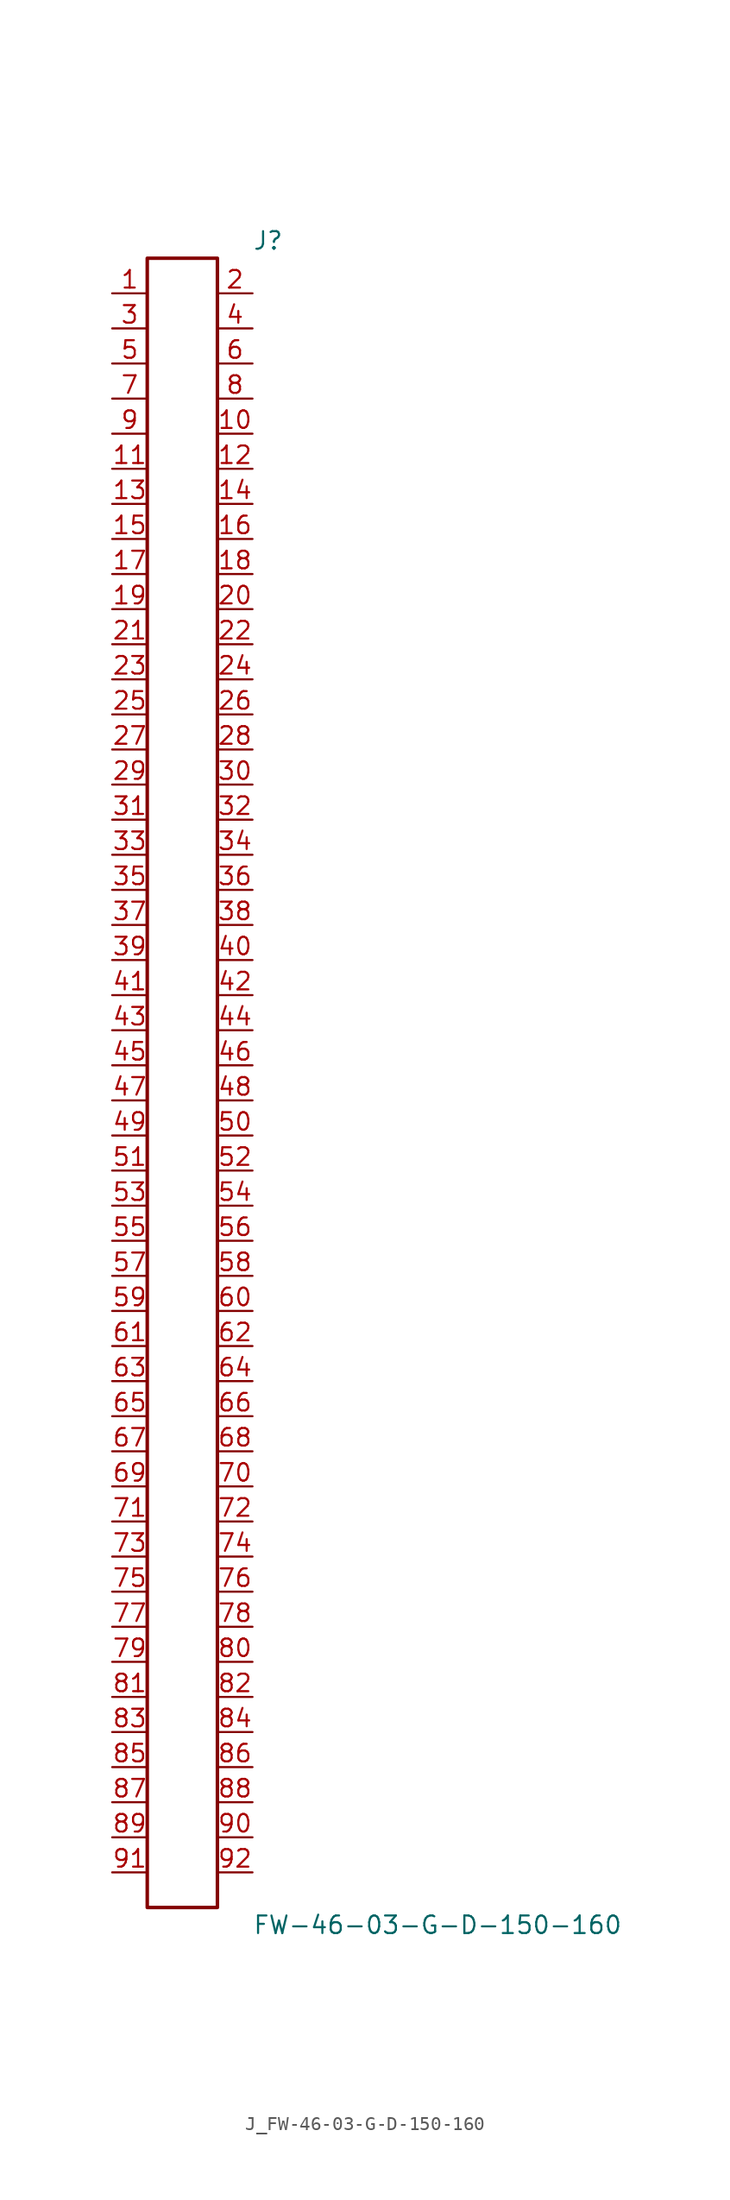
<source format=kicad_sym>
(kicad_symbol_lib
  (version 20231120)
  (generator kicad_symbol_editor)
  (generator_version 8.0)
  (symbol "J_FW-46-03-G-D-150-160"
    (pin_names
      (offset 0.254))
    (property "Reference" "J"
      (at 5.08 60.96 0)
      (effects (font (size 1.27 1.27)) (justify left)))
    (property "Value" "FW-46-03-G-D-150-160"
      (at 5.08 -60.96 0)
      (effects (font (size 1.27 1.27)) (justify left)))
    (symbol "J_FW-46-03-G-D-150-160_0_0"
      (pin passive line (at -5.08 57.15 0) (length 2.54) (name "" (effects (font (size 1.27 1.27)))) (number "1" (effects (font (size 1.27 1.27)))))
      (pin passive line (at 5.08 57.15 180) (length 2.54) (name "" (effects (font (size 1.27 1.27)))) (number "2" (effects (font (size 1.27 1.27)))))
      (pin passive line (at -5.08 54.61 0) (length 2.54) (name "" (effects (font (size 1.27 1.27)))) (number "3" (effects (font (size 1.27 1.27)))))
      (pin passive line (at 5.08 54.61 180) (length 2.54) (name "" (effects (font (size 1.27 1.27)))) (number "4" (effects (font (size 1.27 1.27)))))
      (pin passive line (at -5.08 52.07 0) (length 2.54) (name "" (effects (font (size 1.27 1.27)))) (number "5" (effects (font (size 1.27 1.27)))))
      (pin passive line (at 5.08 52.07 180) (length 2.54) (name "" (effects (font (size 1.27 1.27)))) (number "6" (effects (font (size 1.27 1.27)))))
      (pin passive line (at -5.08 49.53 0) (length 2.54) (name "" (effects (font (size 1.27 1.27)))) (number "7" (effects (font (size 1.27 1.27)))))
      (pin passive line (at 5.08 49.53 180) (length 2.54) (name "" (effects (font (size 1.27 1.27)))) (number "8" (effects (font (size 1.27 1.27)))))
      (pin passive line (at -5.08 46.99 0) (length 2.54) (name "" (effects (font (size 1.27 1.27)))) (number "9" (effects (font (size 1.27 1.27)))))
      (pin passive line (at 5.08 46.99 180) (length 2.54) (name "" (effects (font (size 1.27 1.27)))) (number "10" (effects (font (size 1.27 1.27)))))
      (pin passive line (at -5.08 44.45 0) (length 2.54) (name "" (effects (font (size 1.27 1.27)))) (number "11" (effects (font (size 1.27 1.27)))))
      (pin passive line (at 5.08 44.45 180) (length 2.54) (name "" (effects (font (size 1.27 1.27)))) (number "12" (effects (font (size 1.27 1.27)))))
      (pin passive line (at -5.08 41.91 0) (length 2.54) (name "" (effects (font (size 1.27 1.27)))) (number "13" (effects (font (size 1.27 1.27)))))
      (pin passive line (at 5.08 41.91 180) (length 2.54) (name "" (effects (font (size 1.27 1.27)))) (number "14" (effects (font (size 1.27 1.27)))))
      (pin passive line (at -5.08 39.37 0) (length 2.54) (name "" (effects (font (size 1.27 1.27)))) (number "15" (effects (font (size 1.27 1.27)))))
      (pin passive line (at 5.08 39.37 180) (length 2.54) (name "" (effects (font (size 1.27 1.27)))) (number "16" (effects (font (size 1.27 1.27)))))
      (pin passive line (at -5.08 36.83 0) (length 2.54) (name "" (effects (font (size 1.27 1.27)))) (number "17" (effects (font (size 1.27 1.27)))))
      (pin passive line (at 5.08 36.83 180) (length 2.54) (name "" (effects (font (size 1.27 1.27)))) (number "18" (effects (font (size 1.27 1.27)))))
      (pin passive line (at -5.08 34.29 0) (length 2.54) (name "" (effects (font (size 1.27 1.27)))) (number "19" (effects (font (size 1.27 1.27)))))
      (pin passive line (at 5.08 34.29 180) (length 2.54) (name "" (effects (font (size 1.27 1.27)))) (number "20" (effects (font (size 1.27 1.27)))))
      (pin passive line (at -5.08 31.75 0) (length 2.54) (name "" (effects (font (size 1.27 1.27)))) (number "21" (effects (font (size 1.27 1.27)))))
      (pin passive line (at 5.08 31.75 180) (length 2.54) (name "" (effects (font (size 1.27 1.27)))) (number "22" (effects (font (size 1.27 1.27)))))
      (pin passive line (at -5.08 29.21 0) (length 2.54) (name "" (effects (font (size 1.27 1.27)))) (number "23" (effects (font (size 1.27 1.27)))))
      (pin passive line (at 5.08 29.21 180) (length 2.54) (name "" (effects (font (size 1.27 1.27)))) (number "24" (effects (font (size 1.27 1.27)))))
      (pin passive line (at -5.08 26.67 0) (length 2.54) (name "" (effects (font (size 1.27 1.27)))) (number "25" (effects (font (size 1.27 1.27)))))
      (pin passive line (at 5.08 26.67 180) (length 2.54) (name "" (effects (font (size 1.27 1.27)))) (number "26" (effects (font (size 1.27 1.27)))))
      (pin passive line (at -5.08 24.13 0) (length 2.54) (name "" (effects (font (size 1.27 1.27)))) (number "27" (effects (font (size 1.27 1.27)))))
      (pin passive line (at 5.08 24.13 180) (length 2.54) (name "" (effects (font (size 1.27 1.27)))) (number "28" (effects (font (size 1.27 1.27)))))
      (pin passive line (at -5.08 21.59 0) (length 2.54) (name "" (effects (font (size 1.27 1.27)))) (number "29" (effects (font (size 1.27 1.27)))))
      (pin passive line (at 5.08 21.59 180) (length 2.54) (name "" (effects (font (size 1.27 1.27)))) (number "30" (effects (font (size 1.27 1.27)))))
      (pin passive line (at -5.08 19.05 0) (length 2.54) (name "" (effects (font (size 1.27 1.27)))) (number "31" (effects (font (size 1.27 1.27)))))
      (pin passive line (at 5.08 19.05 180) (length 2.54) (name "" (effects (font (size 1.27 1.27)))) (number "32" (effects (font (size 1.27 1.27)))))
      (pin passive line (at -5.08 16.51 0) (length 2.54) (name "" (effects (font (size 1.27 1.27)))) (number "33" (effects (font (size 1.27 1.27)))))
      (pin passive line (at 5.08 16.51 180) (length 2.54) (name "" (effects (font (size 1.27 1.27)))) (number "34" (effects (font (size 1.27 1.27)))))
      (pin passive line (at -5.08 13.97 0) (length 2.54) (name "" (effects (font (size 1.27 1.27)))) (number "35" (effects (font (size 1.27 1.27)))))
      (pin passive line (at 5.08 13.97 180) (length 2.54) (name "" (effects (font (size 1.27 1.27)))) (number "36" (effects (font (size 1.27 1.27)))))
      (pin passive line (at -5.08 11.43 0) (length 2.54) (name "" (effects (font (size 1.27 1.27)))) (number "37" (effects (font (size 1.27 1.27)))))
      (pin passive line (at 5.08 11.43 180) (length 2.54) (name "" (effects (font (size 1.27 1.27)))) (number "38" (effects (font (size 1.27 1.27)))))
      (pin passive line (at -5.08 8.89 0) (length 2.54) (name "" (effects (font (size 1.27 1.27)))) (number "39" (effects (font (size 1.27 1.27)))))
      (pin passive line (at 5.08 8.89 180) (length 2.54) (name "" (effects (font (size 1.27 1.27)))) (number "40" (effects (font (size 1.27 1.27)))))
      (pin passive line (at -5.08 6.35 0) (length 2.54) (name "" (effects (font (size 1.27 1.27)))) (number "41" (effects (font (size 1.27 1.27)))))
      (pin passive line (at 5.08 6.35 180) (length 2.54) (name "" (effects (font (size 1.27 1.27)))) (number "42" (effects (font (size 1.27 1.27)))))
      (pin passive line (at -5.08 3.81 0) (length 2.54) (name "" (effects (font (size 1.27 1.27)))) (number "43" (effects (font (size 1.27 1.27)))))
      (pin passive line (at 5.08 3.81 180) (length 2.54) (name "" (effects (font (size 1.27 1.27)))) (number "44" (effects (font (size 1.27 1.27)))))
      (pin passive line (at -5.08 1.27 0) (length 2.54) (name "" (effects (font (size 1.27 1.27)))) (number "45" (effects (font (size 1.27 1.27)))))
      (pin passive line (at 5.08 1.27 180) (length 2.54) (name "" (effects (font (size 1.27 1.27)))) (number "46" (effects (font (size 1.27 1.27)))))
      (pin passive line (at -5.08 -1.27 0) (length 2.54) (name "" (effects (font (size 1.27 1.27)))) (number "47" (effects (font (size 1.27 1.27)))))
      (pin passive line (at 5.08 -1.27 180) (length 2.54) (name "" (effects (font (size 1.27 1.27)))) (number "48" (effects (font (size 1.27 1.27)))))
      (pin passive line (at -5.08 -3.81 0) (length 2.54) (name "" (effects (font (size 1.27 1.27)))) (number "49" (effects (font (size 1.27 1.27)))))
      (pin passive line (at 5.08 -3.81 180) (length 2.54) (name "" (effects (font (size 1.27 1.27)))) (number "50" (effects (font (size 1.27 1.27)))))
      (pin passive line (at -5.08 -6.35 0) (length 2.54) (name "" (effects (font (size 1.27 1.27)))) (number "51" (effects (font (size 1.27 1.27)))))
      (pin passive line (at 5.08 -6.35 180) (length 2.54) (name "" (effects (font (size 1.27 1.27)))) (number "52" (effects (font (size 1.27 1.27)))))
      (pin passive line (at -5.08 -8.89 0) (length 2.54) (name "" (effects (font (size 1.27 1.27)))) (number "53" (effects (font (size 1.27 1.27)))))
      (pin passive line (at 5.08 -8.89 180) (length 2.54) (name "" (effects (font (size 1.27 1.27)))) (number "54" (effects (font (size 1.27 1.27)))))
      (pin passive line (at -5.08 -11.43 0) (length 2.54) (name "" (effects (font (size 1.27 1.27)))) (number "55" (effects (font (size 1.27 1.27)))))
      (pin passive line (at 5.08 -11.43 180) (length 2.54) (name "" (effects (font (size 1.27 1.27)))) (number "56" (effects (font (size 1.27 1.27)))))
      (pin passive line (at -5.08 -13.97 0) (length 2.54) (name "" (effects (font (size 1.27 1.27)))) (number "57" (effects (font (size 1.27 1.27)))))
      (pin passive line (at 5.08 -13.97 180) (length 2.54) (name "" (effects (font (size 1.27 1.27)))) (number "58" (effects (font (size 1.27 1.27)))))
      (pin passive line (at -5.08 -16.51 0) (length 2.54) (name "" (effects (font (size 1.27 1.27)))) (number "59" (effects (font (size 1.27 1.27)))))
      (pin passive line (at 5.08 -16.51 180) (length 2.54) (name "" (effects (font (size 1.27 1.27)))) (number "60" (effects (font (size 1.27 1.27)))))
      (pin passive line (at -5.08 -19.05 0) (length 2.54) (name "" (effects (font (size 1.27 1.27)))) (number "61" (effects (font (size 1.27 1.27)))))
      (pin passive line (at 5.08 -19.05 180) (length 2.54) (name "" (effects (font (size 1.27 1.27)))) (number "62" (effects (font (size 1.27 1.27)))))
      (pin passive line (at -5.08 -21.59 0) (length 2.54) (name "" (effects (font (size 1.27 1.27)))) (number "63" (effects (font (size 1.27 1.27)))))
      (pin passive line (at 5.08 -21.59 180) (length 2.54) (name "" (effects (font (size 1.27 1.27)))) (number "64" (effects (font (size 1.27 1.27)))))
      (pin passive line (at -5.08 -24.13 0) (length 2.54) (name "" (effects (font (size 1.27 1.27)))) (number "65" (effects (font (size 1.27 1.27)))))
      (pin passive line (at 5.08 -24.13 180) (length 2.54) (name "" (effects (font (size 1.27 1.27)))) (number "66" (effects (font (size 1.27 1.27)))))
      (pin passive line (at -5.08 -26.67 0) (length 2.54) (name "" (effects (font (size 1.27 1.27)))) (number "67" (effects (font (size 1.27 1.27)))))
      (pin passive line (at 5.08 -26.67 180) (length 2.54) (name "" (effects (font (size 1.27 1.27)))) (number "68" (effects (font (size 1.27 1.27)))))
      (pin passive line (at -5.08 -29.21 0) (length 2.54) (name "" (effects (font (size 1.27 1.27)))) (number "69" (effects (font (size 1.27 1.27)))))
      (pin passive line (at 5.08 -29.21 180) (length 2.54) (name "" (effects (font (size 1.27 1.27)))) (number "70" (effects (font (size 1.27 1.27)))))
      (pin passive line (at -5.08 -31.75 0) (length 2.54) (name "" (effects (font (size 1.27 1.27)))) (number "71" (effects (font (size 1.27 1.27)))))
      (pin passive line (at 5.08 -31.75 180) (length 2.54) (name "" (effects (font (size 1.27 1.27)))) (number "72" (effects (font (size 1.27 1.27)))))
      (pin passive line (at -5.08 -34.29 0) (length 2.54) (name "" (effects (font (size 1.27 1.27)))) (number "73" (effects (font (size 1.27 1.27)))))
      (pin passive line (at 5.08 -34.29 180) (length 2.54) (name "" (effects (font (size 1.27 1.27)))) (number "74" (effects (font (size 1.27 1.27)))))
      (pin passive line (at -5.08 -36.83 0) (length 2.54) (name "" (effects (font (size 1.27 1.27)))) (number "75" (effects (font (size 1.27 1.27)))))
      (pin passive line (at 5.08 -36.83 180) (length 2.54) (name "" (effects (font (size 1.27 1.27)))) (number "76" (effects (font (size 1.27 1.27)))))
      (pin passive line (at -5.08 -39.37 0) (length 2.54) (name "" (effects (font (size 1.27 1.27)))) (number "77" (effects (font (size 1.27 1.27)))))
      (pin passive line (at 5.08 -39.37 180) (length 2.54) (name "" (effects (font (size 1.27 1.27)))) (number "78" (effects (font (size 1.27 1.27)))))
      (pin passive line (at -5.08 -41.91 0) (length 2.54) (name "" (effects (font (size 1.27 1.27)))) (number "79" (effects (font (size 1.27 1.27)))))
      (pin passive line (at 5.08 -41.91 180) (length 2.54) (name "" (effects (font (size 1.27 1.27)))) (number "80" (effects (font (size 1.27 1.27)))))
      (pin passive line (at -5.08 -44.45 0) (length 2.54) (name "" (effects (font (size 1.27 1.27)))) (number "81" (effects (font (size 1.27 1.27)))))
      (pin passive line (at 5.08 -44.45 180) (length 2.54) (name "" (effects (font (size 1.27 1.27)))) (number "82" (effects (font (size 1.27 1.27)))))
      (pin passive line (at -5.08 -46.99 0) (length 2.54) (name "" (effects (font (size 1.27 1.27)))) (number "83" (effects (font (size 1.27 1.27)))))
      (pin passive line (at 5.08 -46.99 180) (length 2.54) (name "" (effects (font (size 1.27 1.27)))) (number "84" (effects (font (size 1.27 1.27)))))
      (pin passive line (at -5.08 -49.53 0) (length 2.54) (name "" (effects (font (size 1.27 1.27)))) (number "85" (effects (font (size 1.27 1.27)))))
      (pin passive line (at 5.08 -49.53 180) (length 2.54) (name "" (effects (font (size 1.27 1.27)))) (number "86" (effects (font (size 1.27 1.27)))))
      (pin passive line (at -5.08 -52.07 0) (length 2.54) (name "" (effects (font (size 1.27 1.27)))) (number "87" (effects (font (size 1.27 1.27)))))
      (pin passive line (at 5.08 -52.07 180) (length 2.54) (name "" (effects (font (size 1.27 1.27)))) (number "88" (effects (font (size 1.27 1.27)))))
      (pin passive line (at -5.08 -54.61 0) (length 2.54) (name "" (effects (font (size 1.27 1.27)))) (number "89" (effects (font (size 1.27 1.27)))))
      (pin passive line (at 5.08 -54.61 180) (length 2.54) (name "" (effects (font (size 1.27 1.27)))) (number "90" (effects (font (size 1.27 1.27)))))
      (pin passive line (at -5.08 -57.15 0) (length 2.54) (name "" (effects (font (size 1.27 1.27)))) (number "91" (effects (font (size 1.27 1.27)))))
      (pin passive line (at 5.08 -57.15 180) (length 2.54) (name "" (effects (font (size 1.27 1.27)))) (number "92" (effects (font (size 1.27 1.27))))))
    (symbol "J_FW-46-03-G-D-150-160_1_0"
      (rectangle (start -2.54 59.69) (end 2.54 -59.69) (stroke (width 0.254) (type solid)) (fill (type none))))))
</source>
